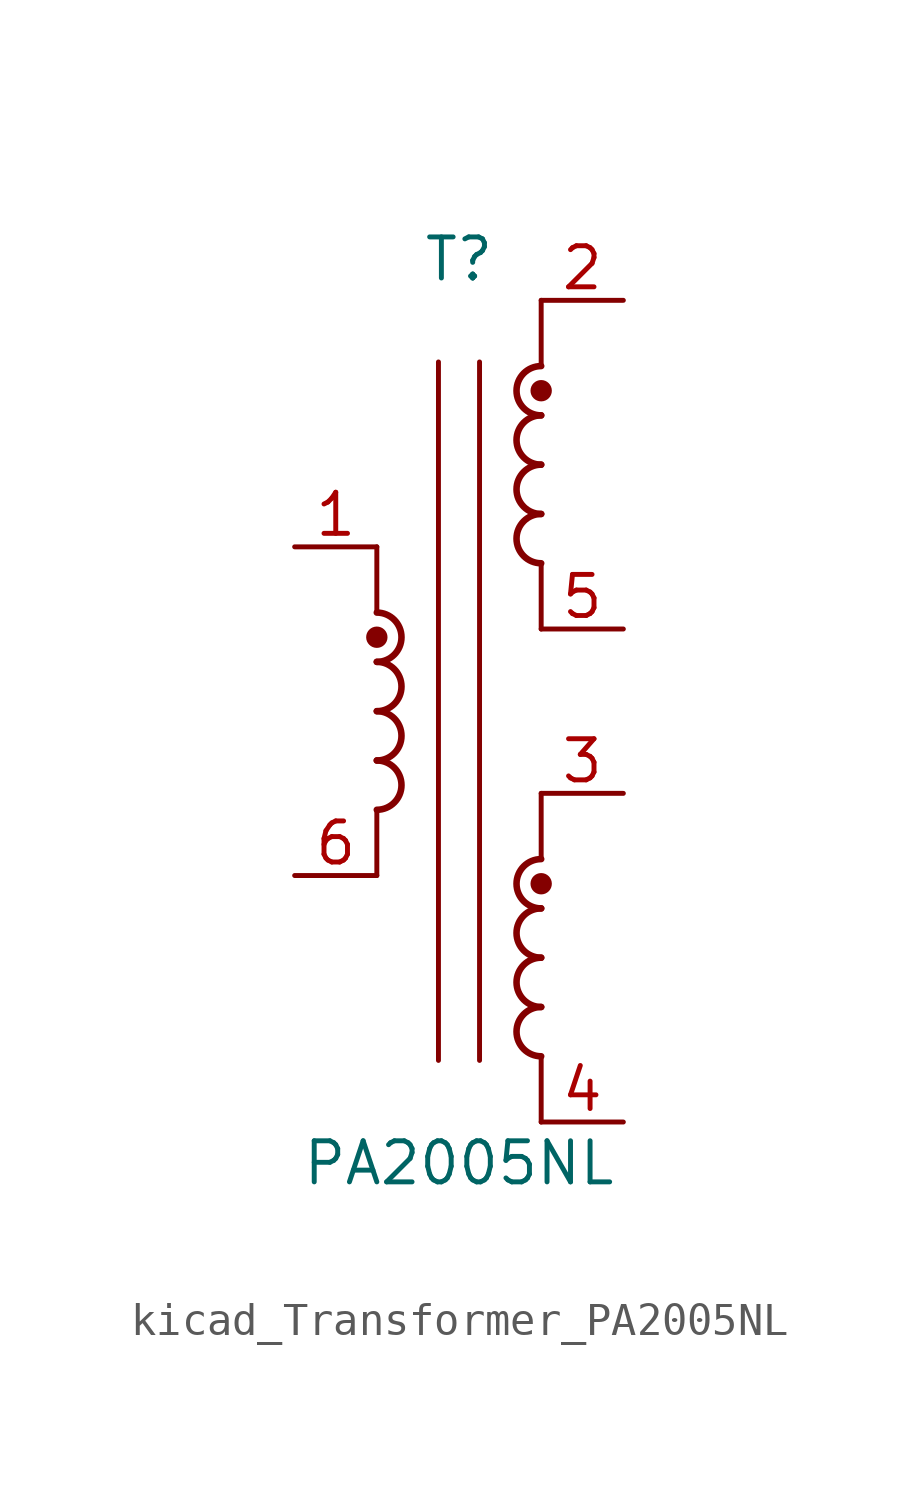
<source format=kicad_sym>
(kicad_symbol_lib
  (version 20220914)
  (generator kicad_symbol_editor)
  (symbol "kicad_Transformer_PA2005NL"
    (pin_names hide)
    (property "Reference" "T"
      (at 0 13.97 0)
      (effects (font (size 1.27 1.27))))
    (property "Value" "PA2005NL"
      (at 0 -13.97 0)
      (effects (font (size 1.27 1.27))))
    (symbol "kicad_Transformer_PA2005NL_0_1"
      (arc (start -2.54 -3.048) (mid -1.7813 -2.286) (end -2.54 -1.524) (stroke (width 0.2032) (type default)) (fill (type none)))
      (arc (start -2.54 -1.524) (mid -1.7813 -0.762) (end -2.54 0) (stroke (width 0.2032) (type default)) (fill (type none)))
      (arc (start -2.54 0) (mid -1.7813 0.762) (end -2.54 1.524) (stroke (width 0.2032) (type default)) (fill (type none)))
      (circle (center -2.54 2.286) (radius 0.254) (stroke (width 0) (type default)) (fill (type outline)))
      (polyline (pts (xy -2.54 -3.048) (xy -2.54 -5.08)) (stroke (width 0) (type default)) (fill (type none)))
      (polyline (pts (xy -2.54 5.08) (xy -2.54 3.048)) (stroke (width 0) (type default)) (fill (type none)))
      (polyline (pts (xy -0.635 10.795) (xy -0.635 -10.795)) (stroke (width 0) (type default)) (fill (type none)))
      (polyline (pts (xy 0.635 10.795) (xy 0.635 -10.795)) (stroke (width 0) (type default)) (fill (type none)))
      (polyline (pts (xy 2.54 -10.668) (xy 2.54 -12.7)) (stroke (width 0) (type default)) (fill (type none)))
      (polyline (pts (xy 2.54 -2.54) (xy 2.54 -4.572)) (stroke (width 0) (type default)) (fill (type none)))
      (polyline (pts (xy 2.54 4.572) (xy 2.54 2.54)) (stroke (width 0) (type default)) (fill (type none)))
      (polyline (pts (xy 2.54 12.7) (xy 2.54 10.668)) (stroke (width 0) (type default)) (fill (type none)))
      (arc (start 2.54 -9.144) (mid 1.7813 -9.906) (end 2.54 -10.668) (stroke (width 0.2032) (type default)) (fill (type none)))
      (arc (start 2.54 -7.62) (mid 1.7813 -8.382) (end 2.54 -9.144) (stroke (width 0.2032) (type default)) (fill (type none)))
      (arc (start 2.54 -6.096) (mid 1.7813 -6.858) (end 2.54 -7.62) (stroke (width 0.2032) (type default)) (fill (type none)))
      (circle (center 2.54 -5.334) (radius 0.254) (stroke (width 0) (type default)) (fill (type outline)))
      (arc (start 2.54 -4.572) (mid 1.7813 -5.334) (end 2.54 -6.096) (stroke (width 0.2032) (type default)) (fill (type none)))
      (arc (start 2.54 6.096) (mid 1.7813 5.334) (end 2.54 4.572) (stroke (width 0.2032) (type default)) (fill (type none)))
      (arc (start 2.54 7.62) (mid 1.7813 6.858) (end 2.54 6.096) (stroke (width 0.2032) (type default)) (fill (type none)))
      (arc (start 2.54 9.144) (mid 1.7813 8.382) (end 2.54 7.62) (stroke (width 0.2032) (type default)) (fill (type none)))
      (circle (center 2.54 9.906) (radius 0.254) (stroke (width 0) (type default)) (fill (type outline)))
      (arc (start 2.54 10.668) (mid 1.7813 9.906) (end 2.54 9.144) (stroke (width 0.2032) (type default)) (fill (type none))))
    (symbol "kicad_Transformer_PA2005NL_1_1"
      (arc (start -2.54 1.524) (mid -1.7813 2.286) (end -2.54 3.048) (stroke (width 0.2032) (type default)) (fill (type none)))
      (pin passive line (at -5.08 5.08 0) (length 2.54) (name "~" (effects (font (size 1.27 1.27)))) (number "1" (effects (font (size 1.27 1.27)))))
      (pin passive line (at 5.08 12.7 180) (length 2.54) (name "~" (effects (font (size 1.27 1.27)))) (number "2" (effects (font (size 1.27 1.27)))))
      (pin passive line (at 5.08 -2.54 180) (length 2.54) (name "~" (effects (font (size 1.27 1.27)))) (number "3" (effects (font (size 1.27 1.27)))))
      (pin passive line (at 5.08 -12.7 180) (length 2.54) (name "~" (effects (font (size 1.27 1.27)))) (number "4" (effects (font (size 1.27 1.27)))))
      (pin passive line (at 5.08 2.54 180) (length 2.54) (name "~" (effects (font (size 1.27 1.27)))) (number "5" (effects (font (size 1.27 1.27)))))
      (pin passive line (at -5.08 -5.08 0) (length 2.54) (name "~" (effects (font (size 1.27 1.27)))) (number "6" (effects (font (size 1.27 1.27))))))))
</source>
